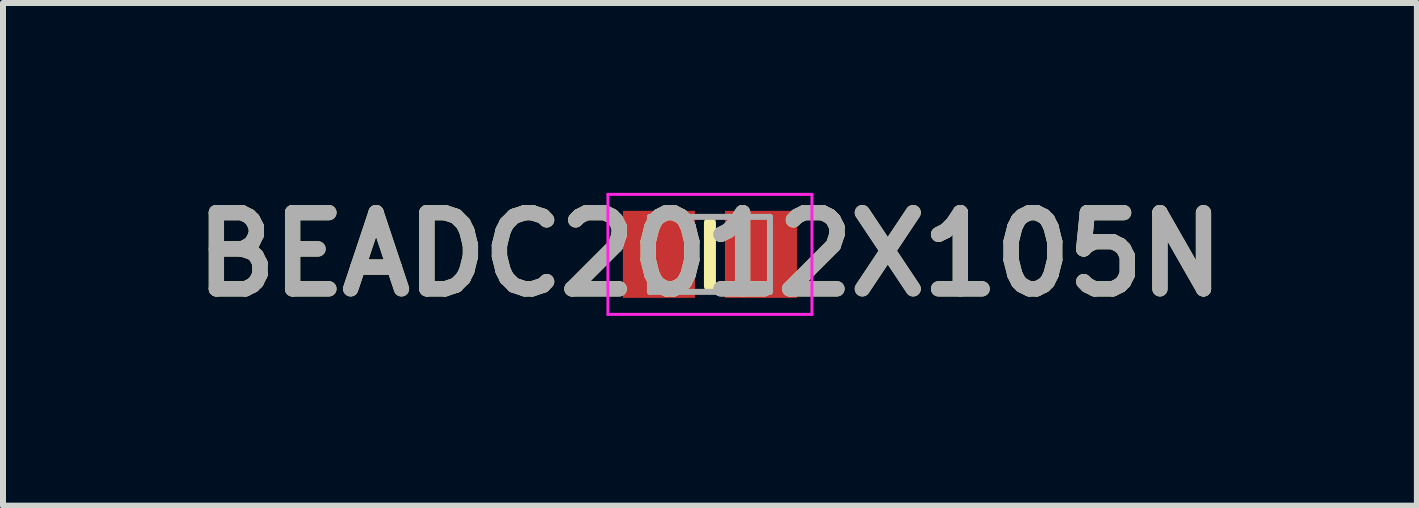
<source format=kicad_pcb>
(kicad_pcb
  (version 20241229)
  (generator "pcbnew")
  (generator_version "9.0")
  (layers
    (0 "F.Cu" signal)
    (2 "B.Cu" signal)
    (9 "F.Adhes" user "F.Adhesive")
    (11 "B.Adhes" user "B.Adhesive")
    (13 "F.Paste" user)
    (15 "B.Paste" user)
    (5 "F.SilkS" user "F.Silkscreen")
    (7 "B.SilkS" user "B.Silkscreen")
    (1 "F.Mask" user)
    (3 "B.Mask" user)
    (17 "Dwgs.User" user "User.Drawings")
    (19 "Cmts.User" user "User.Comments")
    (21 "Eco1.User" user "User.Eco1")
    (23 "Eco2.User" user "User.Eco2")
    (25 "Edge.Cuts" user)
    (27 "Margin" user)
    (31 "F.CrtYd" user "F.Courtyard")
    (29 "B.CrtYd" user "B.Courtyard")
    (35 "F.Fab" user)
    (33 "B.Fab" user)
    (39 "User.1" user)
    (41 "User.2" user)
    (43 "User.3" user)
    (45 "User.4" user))
  (footprint "BEADC2012X105N"
    (layer "F.Cu")
    (at 8.781 1.189)
    (property "Reference" "BEADC2012X105N" (at 0 0 0) (layer "F.SilkS") (effects (font (size 1.27 1.27) (thickness 0.254))))
    (attr smd)
    (fp_line (start 0 -0.525) (end 0 0.525) (stroke (width 0.2) (type solid)) (layer "F.SilkS"))
    (fp_line (start -1.7 -1) (end 1.7 -1) (stroke (width 0.05) (type solid)) (layer "F.CrtYd"))
    (fp_line (start -1.7 1) (end -1.7 -1) (stroke (width 0.05) (type solid)) (layer "F.CrtYd"))
    (fp_line (start 1.7 -1) (end 1.7 1) (stroke (width 0.05) (type solid)) (layer "F.CrtYd"))
    (fp_line (start 1.7 1) (end -1.7 1) (stroke (width 0.05) (type solid)) (layer "F.CrtYd"))
    (fp_line (start -1 -0.625) (end 1 -0.625) (stroke (width 0.1) (type solid)) (layer "F.Fab"))
    (fp_line (start -1 0.625) (end -1 -0.625) (stroke (width 0.1) (type solid)) (layer "F.Fab"))
    (fp_line (start 1 -0.625) (end 1 0.625) (stroke (width 0.1) (type solid)) (layer "F.Fab"))
    (fp_line (start 1 0.625) (end -1 0.625) (stroke (width 0.1) (type solid)) (layer "F.Fab"))
    (fp_text user "${REFERENCE}" (at 0 0 0) (layer "F.Fab") (effects (font (size 1.27 1.27) (thickness 0.254))))
    (pad "1" smd rect (at -0.85 0) (size 1.2 1.45) (layers "F.Cu" "F.Mask" "F.Paste"))
    (pad "2" smd rect (at 0.85 0) (size 1.2 1.45) (layers "F.Cu" "F.Mask" "F.Paste")))
  (gr_rect
    (start -3 -3)
    (end 20.562 5.377)
    (stroke (width 0.1) (type default))
    (fill no)
    (layer "Edge.Cuts")))
</source>
